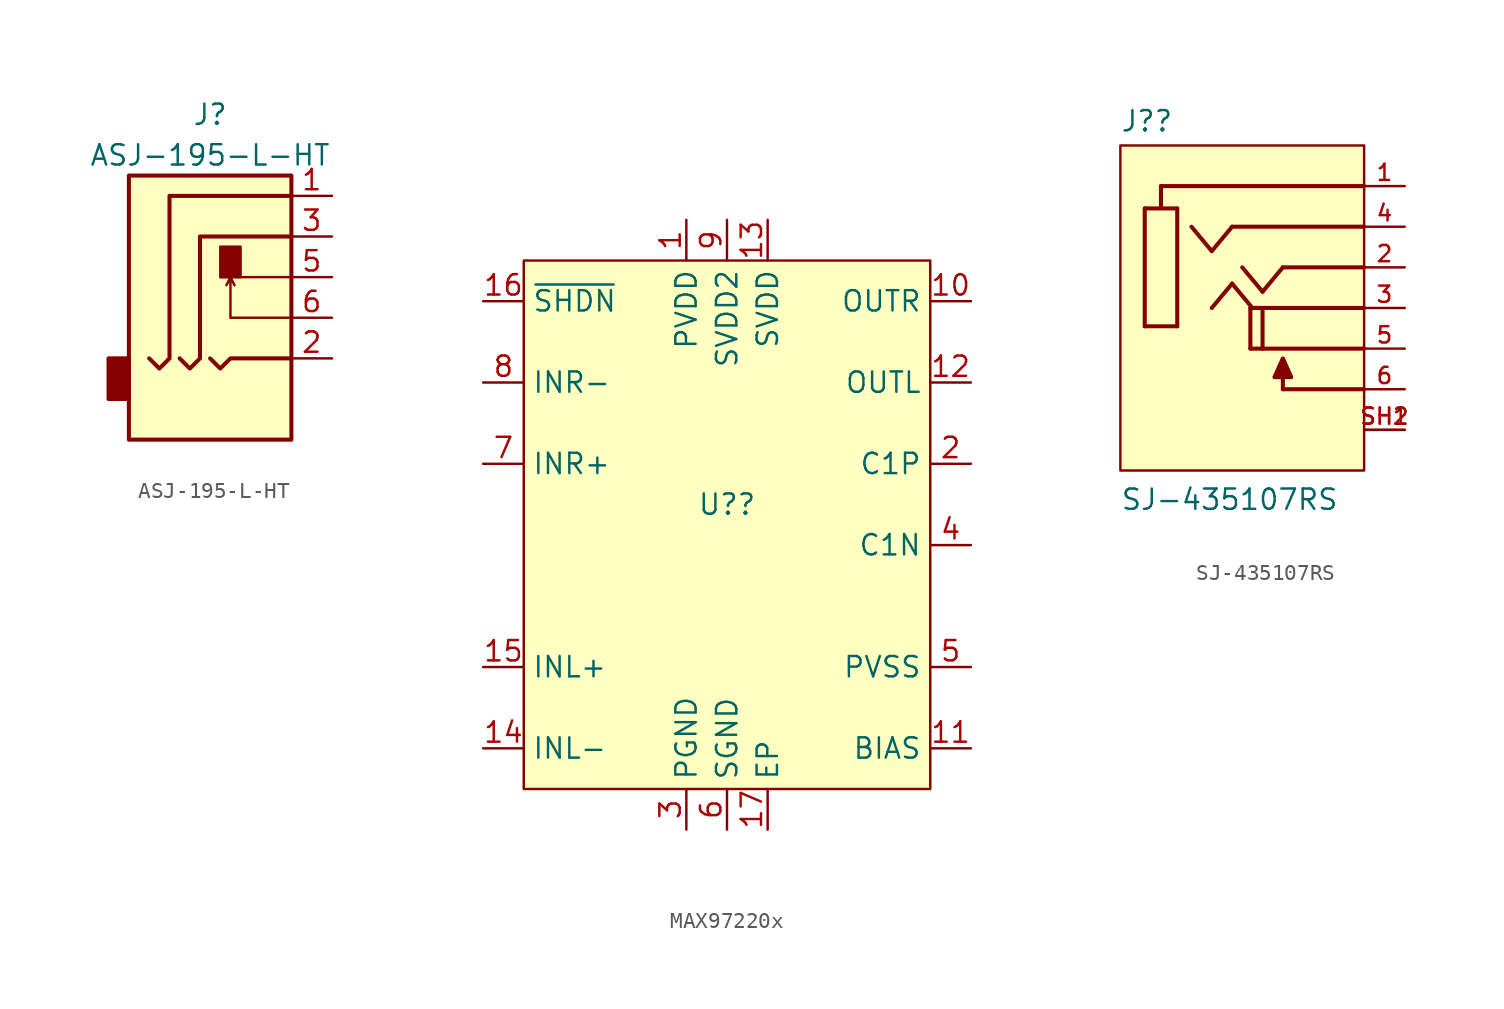
<source format=kicad_sym>
(kicad_symbol_lib
  (version 20220914)
  (generator kicad_symbol_editor)
  (symbol "ASJ-195-L-HT"
    (property "Reference" "J"
      (at -7.62 5.08 0)
      (effects (font (size 1.27 1.27))))
    (property "Value" "ASJ-195-L-HT"
      (at -7.62 2.54 0)
      (effects (font (size 1.27 1.27))))
    (symbol "ASJ-195-L-HT_0_1"
      (rectangle (start -12.7 -10.16) (end -13.97 -12.7) (stroke (width 0.254) (type default)) (fill (type outline)))
      (rectangle (start -12.7 1.27) (end -2.54 -15.24) (stroke (width 0.254) (type default)) (fill (type background)))
      (polyline (pts (xy -6.35 -5.08) (xy -6.096 -5.588)) (stroke (width 0) (type default)) (fill (type none)))
      (polyline (pts (xy -2.54 -5.08) (xy -6.985 -5.08)) (stroke (width 0) (type default)) (fill (type none)))
      (polyline (pts (xy -7.62 -10.16) (xy -6.985 -10.795) (xy -6.35 -10.16) (xy -2.54 -10.16)) (stroke (width 0.254) (type default)) (fill (type none)))
      (polyline (pts (xy -2.54 -7.62) (xy -6.35 -7.62) (xy -6.35 -5.08) (xy -6.604 -5.588)) (stroke (width 0) (type default)) (fill (type none)))
      (polyline (pts (xy -9.525 -10.16) (xy -8.89 -10.795) (xy -8.255 -10.16) (xy -8.255 -2.54) (xy -2.54 -2.54)) (stroke (width 0.254) (type default)) (fill (type none)))
      (polyline (pts (xy -2.54 0) (xy -10.16 0) (xy -10.16 -10.16) (xy -10.795 -10.795) (xy -11.43 -10.16)) (stroke (width 0.254) (type default)) (fill (type none))))
    (symbol "ASJ-195-L-HT_1_1"
      (rectangle (start -6.985 -3.175) (end -5.715 -5.08) (stroke (width 0) (type default)) (fill (type outline)))
      (pin passive line (at 0 0 180) (length 2.54) (name "~" (effects (font (size 1.27 1.27)))) (number "1" (effects (font (size 1.27 1.27)))))
      (pin passive line (at 0 -10.16 180) (length 2.54) (name "~" (effects (font (size 1.27 1.27)))) (number "2" (effects (font (size 1.27 1.27)))))
      (pin passive line (at 0 -2.54 180) (length 2.54) (name "~" (effects (font (size 1.27 1.27)))) (number "3" (effects (font (size 1.27 1.27)))))
      (pin passive line (at 0 -5.08 180) (length 2.54) (name "~" (effects (font (size 1.27 1.27)))) (number "5" (effects (font (size 1.27 1.27)))))
      (pin passive line (at 0 -7.62 180) (length 2.54) (name "~" (effects (font (size 1.27 1.27)))) (number "6" (effects (font (size 1.27 1.27)))))))
  (symbol "MAX97220x"
    (property "Reference" "U?"
      (at 2.54 -17.78 0)
      (effects (font (size 1.27 1.27))))
    (property "Value" ""
      (at 5.08 5.08 0)
      (effects (font (size 1.27 1.27))))
    (symbol "MAX97220x_1_0"
      (pin passive line (at 17.78 -5.08 180) (length 2.54) (name "OUTR" (effects (font (size 1.27 1.27)))) (number "10" (effects (font (size 1.27 1.27)))))
      (pin passive line (at 17.78 -33.02 180) (length 2.54) (name "BIAS" (effects (font (size 1.27 1.27)))) (number "11" (effects (font (size 1.27 1.27)))))
      (pin passive line (at 17.78 -10.16 180) (length 2.54) (name "OUTL" (effects (font (size 1.27 1.27)))) (number "12" (effects (font (size 1.27 1.27)))))
      (pin passive line (at 5.08 0 270) (length 2.54) (name "SVDD" (effects (font (size 1.27 1.27)))) (number "13" (effects (font (size 1.27 1.27)))))
      (pin passive line (at -12.7 -33.02 0) (length 2.54) (name "INL-" (effects (font (size 1.27 1.27)))) (number "14" (effects (font (size 1.27 1.27)))))
      (pin passive line (at -12.7 -27.94 0) (length 2.54) (name "INL+" (effects (font (size 1.27 1.27)))) (number "15" (effects (font (size 1.27 1.27)))))
      (pin passive line (at -12.7 -5.08 0) (length 2.54) (name "~{SHDN}" (effects (font (size 1.27 1.27)))) (number "16" (effects (font (size 1.27 1.27)))))
      (pin passive line (at 5.08 -38.1 90) (length 2.54) (name "EP" (effects (font (size 1.27 1.27)))) (number "17" (effects (font (size 1.27 1.27)))))
      (pin passive line (at 17.78 -15.24 180) (length 2.54) (name "C1P" (effects (font (size 1.27 1.27)))) (number "2" (effects (font (size 1.27 1.27)))))
      (pin passive line (at 0 -38.1 90) (length 2.54) (name "PGND" (effects (font (size 1.27 1.27)))) (number "3" (effects (font (size 1.27 1.27)))))
      (pin passive line (at 17.78 -20.32 180) (length 2.54) (name "C1N" (effects (font (size 1.27 1.27)))) (number "4" (effects (font (size 1.27 1.27)))))
      (pin passive line (at 17.78 -27.94 180) (length 2.54) (name "PVSS" (effects (font (size 1.27 1.27)))) (number "5" (effects (font (size 1.27 1.27)))))
      (pin passive line (at 2.54 -38.1 90) (length 2.54) (name "SGND" (effects (font (size 1.27 1.27)))) (number "6" (effects (font (size 1.27 1.27)))))
      (pin passive line (at -12.7 -15.24 0) (length 2.54) (name "INR+" (effects (font (size 1.27 1.27)))) (number "7" (effects (font (size 1.27 1.27)))))
      (pin passive line (at -12.7 -10.16 0) (length 2.54) (name "INR-" (effects (font (size 1.27 1.27)))) (number "8" (effects (font (size 1.27 1.27)))))
      (pin passive line (at 2.54 0 270) (length 2.54) (name "SVDD2" (effects (font (size 1.27 1.27)))) (number "9" (effects (font (size 1.27 1.27))))))
    (symbol "MAX97220x_1_1"
      (rectangle (start -10.16 -2.54) (end 15.24 -35.56) (stroke (width 0) (type default)) (fill (type background)))
      (pin passive line (at 0 0 270) (length 2.54) (name "PVDD" (effects (font (size 1.27 1.27)))) (number "1" (effects (font (size 1.27 1.27)))))))
  (symbol "SJ-435107RS"
    (pin_names
      (offset 1.016))
    (property "Reference" "J?"
      (at -7.633 10.94 0)
      (effects (font (size 1.27 1.27)) (justify left bottom)))
    (property "Value" "SJ-435107RS"
      (at -7.631 -12.719 0)
      (effects (font (size 1.27 1.27)) (justify left bottom)))
    (symbol "SJ-435107RS_0_0"
      (polyline (pts (xy -6.096 -1.143) (xy -4.064 -1.143)) (stroke (width 0.254) (type default)) (fill (type none)))
      (polyline (pts (xy -6.096 6.223) (xy -6.096 -1.143)) (stroke (width 0.254) (type default)) (fill (type none)))
      (polyline (pts (xy -5.08 6.35) (xy -5.08 7.62)) (stroke (width 0.254) (type default)) (fill (type none)))
      (polyline (pts (xy -5.08 7.62) (xy 7.62 7.62)) (stroke (width 0.254) (type default)) (fill (type none)))
      (polyline (pts (xy -4.064 -1.143) (xy -4.064 6.223)) (stroke (width 0.254) (type default)) (fill (type none)))
      (polyline (pts (xy -4.064 6.223) (xy -6.096 6.223)) (stroke (width 0.254) (type default)) (fill (type none)))
      (polyline (pts (xy -1.905 0) (xy -0.635 1.524)) (stroke (width 0.254) (type default)) (fill (type none)))
      (polyline (pts (xy -1.905 3.556) (xy -3.175 5.08)) (stroke (width 0.254) (type default)) (fill (type none)))
      (polyline (pts (xy -0.635 1.524) (xy 0.635 0)) (stroke (width 0.254) (type default)) (fill (type none)))
      (polyline (pts (xy -0.635 5.08) (xy -1.905 3.556)) (stroke (width 0.254) (type default)) (fill (type none)))
      (polyline (pts (xy 0 2.54) (xy 1.27 1.016)) (stroke (width 0.254) (type default)) (fill (type none)))
      (polyline (pts (xy 0.508 -2.54) (xy 1.27 -2.54)) (stroke (width 0.254) (type default)) (fill (type none)))
      (polyline (pts (xy 0.508 0) (xy 0.508 -2.54)) (stroke (width 0.254) (type default)) (fill (type none)))
      (polyline (pts (xy 0.635 0) (xy 7.62 0)) (stroke (width 0.254) (type default)) (fill (type none)))
      (polyline (pts (xy 1.27 -2.54) (xy 1.27 0)) (stroke (width 0.254) (type default)) (fill (type none)))
      (polyline (pts (xy 1.27 0) (xy 0.508 0)) (stroke (width 0.254) (type default)) (fill (type none)))
      (polyline (pts (xy 1.27 1.016) (xy 2.54 2.54)) (stroke (width 0.254) (type default)) (fill (type none)))
      (polyline (pts (xy 2.032 -4.318) (xy 2.54 -4.318)) (stroke (width 0.254) (type default)) (fill (type none)))
      (polyline (pts (xy 2.032 -4.318) (xy 2.54 -3.175)) (stroke (width 0.254) (type default)) (fill (type none)))
      (polyline (pts (xy 2.54 -5.08) (xy 2.54 -4.318)) (stroke (width 0.254) (type default)) (fill (type none)))
      (polyline (pts (xy 2.54 -4.318) (xy 3.048 -4.318)) (stroke (width 0.254) (type default)) (fill (type none)))
      (polyline (pts (xy 2.54 -3.175) (xy 3.048 -4.318)) (stroke (width 0.254) (type default)) (fill (type none)))
      (polyline (pts (xy 2.54 2.54) (xy 7.62 2.54)) (stroke (width 0.254) (type default)) (fill (type none)))
      (polyline (pts (xy 7.62 -5.08) (xy 2.54 -5.08)) (stroke (width 0.254) (type default)) (fill (type none)))
      (polyline (pts (xy 7.62 -2.54) (xy 1.27 -2.54)) (stroke (width 0.254) (type default)) (fill (type none)))
      (polyline (pts (xy 7.62 5.08) (xy -0.635 5.08)) (stroke (width 0.254) (type default)) (fill (type none)))
      (polyline (pts (xy 2.159 -4.318) (xy 3.048 -4.318) (xy 2.54 -3.175) (xy 2.032 -4.318) (xy 2.159 -4.318)) (stroke (width 0.254) (type default)) (fill (type outline)))
      (pin passive line (at 10.16 7.62 180) (length 2.54) (name "~" (effects (font (size 1.016 1.016)))) (number "1" (effects (font (size 1.016 1.016)))))
      (pin passive line (at 10.16 2.54 180) (length 2.54) (name "~" (effects (font (size 1.016 1.016)))) (number "2" (effects (font (size 1.016 1.016)))))
      (pin passive line (at 10.16 0 180) (length 2.54) (name "~" (effects (font (size 1.016 1.016)))) (number "3" (effects (font (size 1.016 1.016)))))
      (pin passive line (at 10.16 5.08 180) (length 2.54) (name "~" (effects (font (size 1.016 1.016)))) (number "4" (effects (font (size 1.016 1.016)))))
      (pin passive line (at 10.16 -2.54 180) (length 2.54) (name "~" (effects (font (size 1.016 1.016)))) (number "5" (effects (font (size 1.016 1.016)))))
      (pin passive line (at 10.16 -5.08 180) (length 2.54) (name "~" (effects (font (size 1.016 1.016)))) (number "6" (effects (font (size 1.016 1.016)))))
      (pin passive line (at 10.16 -7.62 180) (length 2.54) (name "~" (effects (font (size 1.016 1.016)))) (number "SH1" (effects (font (size 1.016 1.016)))))
      (pin passive line (at 10.16 -7.62 180) (length 2.54) (name "~" (effects (font (size 1.016 1.016)))) (number "SH2" (effects (font (size 1.016 1.016))))))
    (symbol "SJ-435107RS_1_1"
      (rectangle (start -7.62 10.16) (end 7.62 -10.16) (stroke (width 0) (type default)) (fill (type background))))))
</source>
